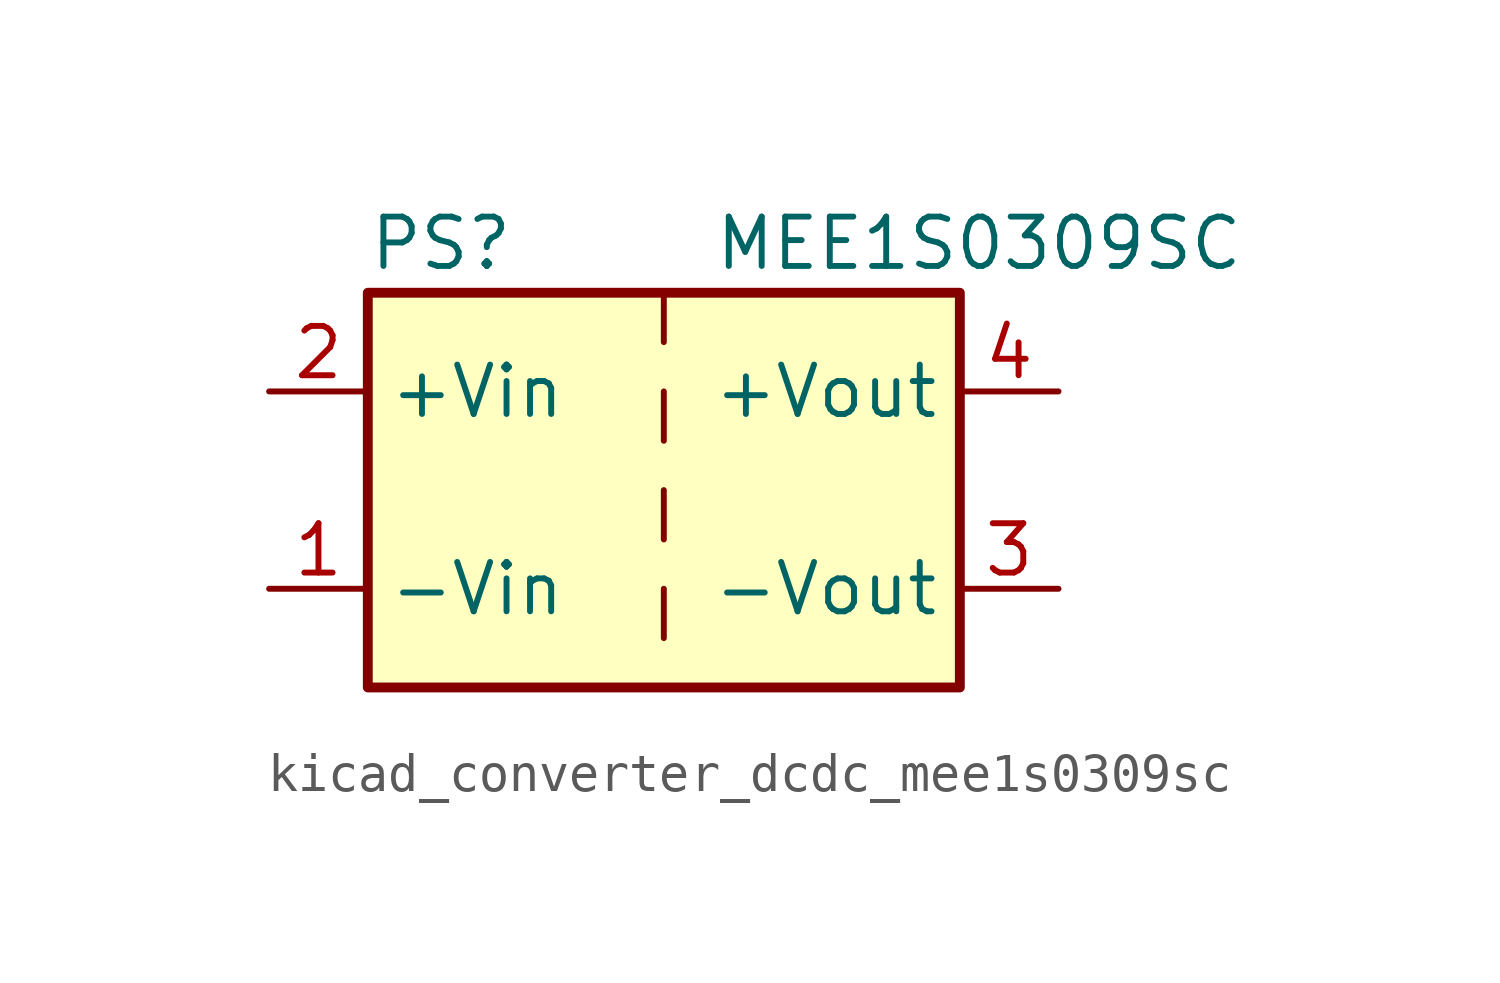
<source format=kicad_sym>
(kicad_symbol_lib
  (version 20220914)
  (generator kicad_symbol_editor)
  (symbol "kicad_converter_dcdc_mee1s0309sc"
    (property "Reference" "PS"
      (at -7.62 6.35 0)
      (effects (font (size 1.27 1.27)) (justify left)))
    (property "Value" "MEE1S0309SC"
      (at 1.27 6.35 0)
      (effects (font (size 1.27 1.27)) (justify left)))
    (symbol "kicad_converter_dcdc_mee1s0309sc_0_0"
      (pin power_in line (at -10.16 -2.54 0) (length 2.54) (name "-Vin" (effects (font (size 1.27 1.27)))) (number "1" (effects (font (size 1.27 1.27)))))
      (pin power_in line (at -10.16 2.54 0) (length 2.54) (name "+Vin" (effects (font (size 1.27 1.27)))) (number "2" (effects (font (size 1.27 1.27)))))
      (pin power_out line (at 10.16 -2.54 180) (length 2.54) (name "-Vout" (effects (font (size 1.27 1.27)))) (number "3" (effects (font (size 1.27 1.27)))))
      (pin power_out line (at 10.16 2.54 180) (length 2.54) (name "+Vout" (effects (font (size 1.27 1.27)))) (number "4" (effects (font (size 1.27 1.27))))))
    (symbol "kicad_converter_dcdc_mee1s0309sc_0_1"
      (rectangle (start -7.62 5.08) (end 7.62 -5.08) (stroke (width 0.254) (type default)) (fill (type background)))
      (polyline (pts (xy 0 -2.54) (xy 0 -3.81)) (stroke (width 0) (type default)) (fill (type none)))
      (polyline (pts (xy 0 0) (xy 0 -1.27)) (stroke (width 0) (type default)) (fill (type none)))
      (polyline (pts (xy 0 2.54) (xy 0 1.27)) (stroke (width 0) (type default)) (fill (type none)))
      (polyline (pts (xy 0 5.08) (xy 0 3.81)) (stroke (width 0) (type default)) (fill (type none))))))
</source>
